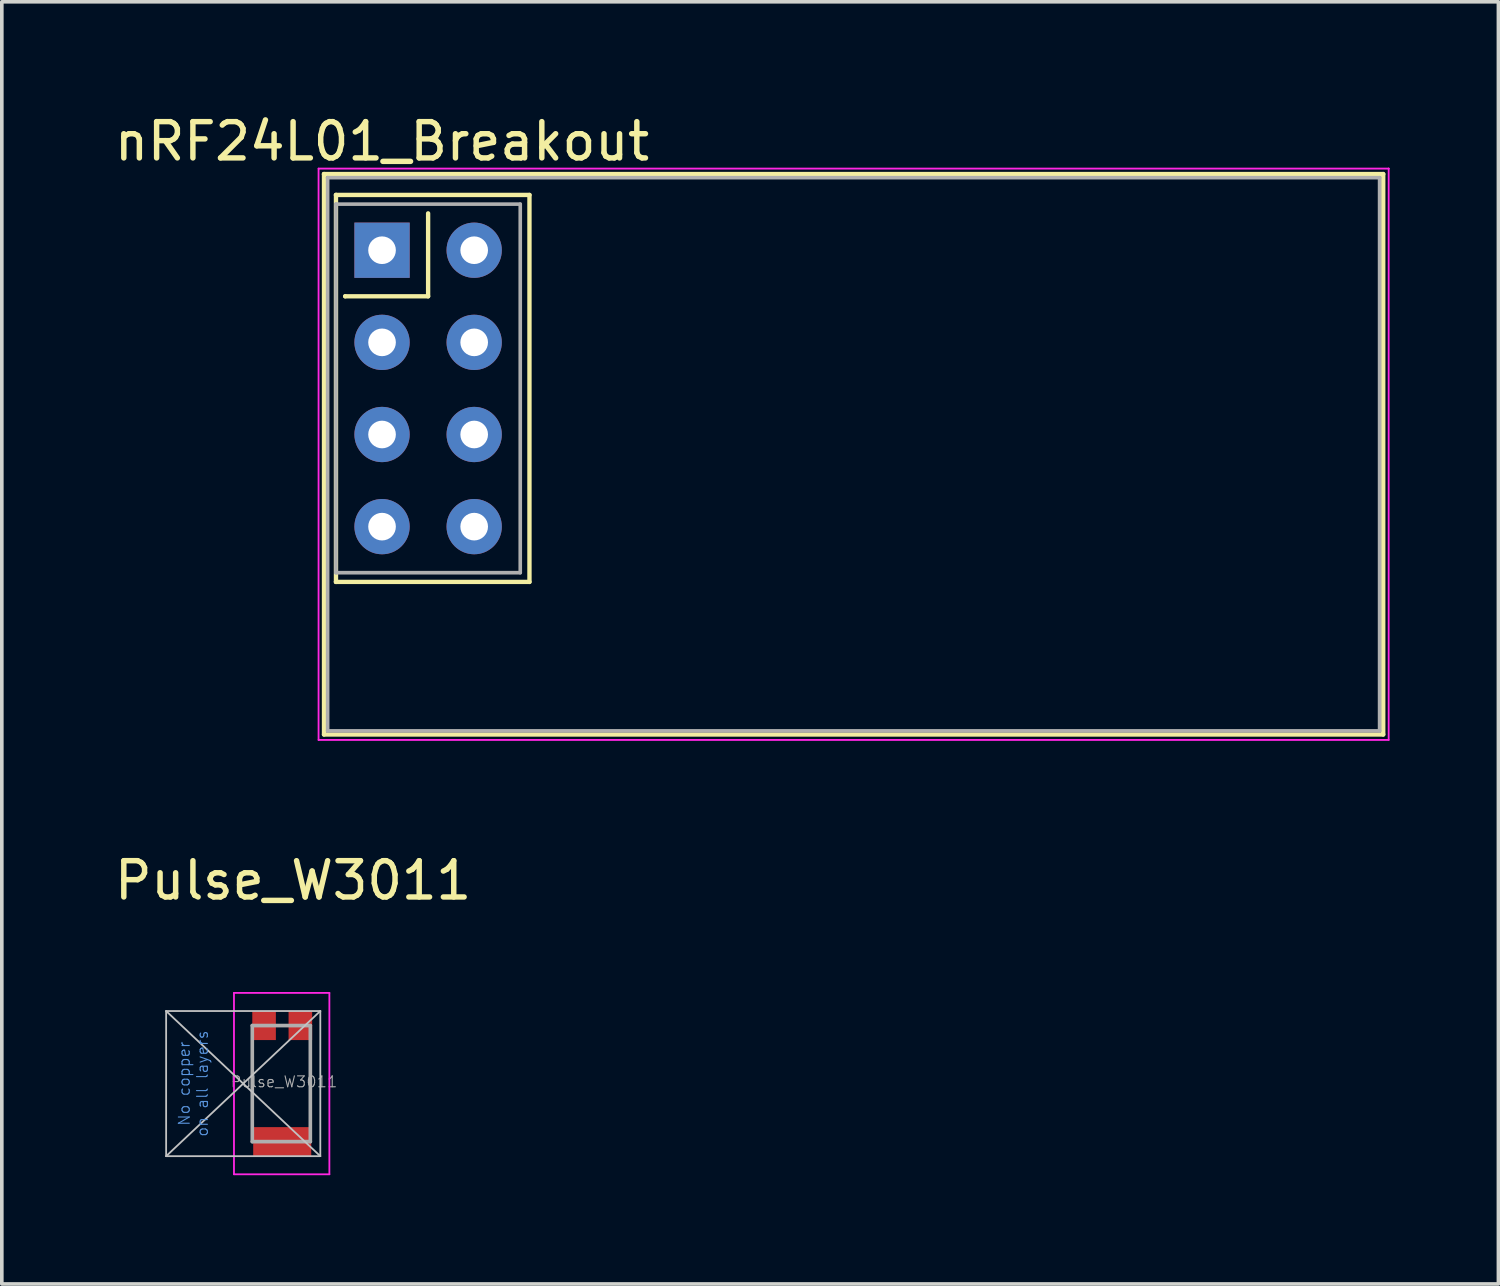
<source format=kicad_pcb>
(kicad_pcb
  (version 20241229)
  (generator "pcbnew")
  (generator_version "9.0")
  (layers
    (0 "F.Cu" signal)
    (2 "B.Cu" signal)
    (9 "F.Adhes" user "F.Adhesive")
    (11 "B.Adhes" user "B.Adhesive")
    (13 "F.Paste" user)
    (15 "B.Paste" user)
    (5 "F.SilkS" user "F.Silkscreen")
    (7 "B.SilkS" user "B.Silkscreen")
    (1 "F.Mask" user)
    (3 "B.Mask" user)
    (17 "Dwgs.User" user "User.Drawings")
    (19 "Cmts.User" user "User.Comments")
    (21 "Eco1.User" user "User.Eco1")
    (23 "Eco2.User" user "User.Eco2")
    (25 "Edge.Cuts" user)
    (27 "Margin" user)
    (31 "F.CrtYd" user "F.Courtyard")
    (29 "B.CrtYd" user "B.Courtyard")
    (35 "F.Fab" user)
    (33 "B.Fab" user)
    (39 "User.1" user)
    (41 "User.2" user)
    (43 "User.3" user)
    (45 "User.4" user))
  (footprint "nRF24L01_Breakout"
    (layer "F.Cu")
    (at 7.482 3.848)
    (property "Reference" "nRF24L01_Breakout" (at 0 -3 0) (layer "F.SilkS") (effects (font (size 1 1) (thickness 0.15))))
    (attr through_hole)
    (fp_line (start -1.6 -2.1) (end -1.6 -2.1) (stroke (width 0.12) (type solid)) (layer "F.SilkS"))
    (fp_line (start -1.6 -2.1) (end 27.6 -2.1) (stroke (width 0.12) (type solid)) (layer "F.SilkS"))
    (fp_line (start -1.6 13.35) (end -1.6 -2.1) (stroke (width 0.12) (type solid)) (layer "F.SilkS"))
    (fp_line (start -1.27 -1.524) (end -1.27 -1.524) (stroke (width 0.12) (type solid)) (layer "F.SilkS"))
    (fp_line (start -1.27 -1.524) (end 4.064 -1.524) (stroke (width 0.12) (type solid)) (layer "F.SilkS"))
    (fp_line (start -1.27 9.144) (end -1.27 -1.524) (stroke (width 0.12) (type solid)) (layer "F.SilkS"))
    (fp_line (start -1.27 9.144) (end -1.27 9.144) (stroke (width 0.12) (type solid)) (layer "F.SilkS"))
    (fp_line (start -1.016 1.27) (end -1.016 1.27) (stroke (width 0.12) (type solid)) (layer "F.SilkS"))
    (fp_line (start 1.27 -1.016) (end 1.27 1.27) (stroke (width 0.12) (type solid)) (layer "F.SilkS"))
    (fp_line (start 1.27 1.27) (end -1.016 1.27) (stroke (width 0.12) (type solid)) (layer "F.SilkS"))
    (fp_line (start 4.064 -1.524) (end 4.064 9.144) (stroke (width 0.12) (type solid)) (layer "F.SilkS"))
    (fp_line (start 4.064 9.144) (end -1.27 9.144) (stroke (width 0.12) (type solid)) (layer "F.SilkS"))
    (fp_line (start 27.6 -2.1) (end 27.6 13.35) (stroke (width 0.12) (type solid)) (layer "F.SilkS"))
    (fp_line (start 27.6 13.35) (end -1.6 13.35) (stroke (width 0.12) (type solid)) (layer "F.SilkS"))
    (fp_line (start -1.75 -2.25) (end -1.75 13.5) (stroke (width 0.05) (type solid)) (layer "F.CrtYd"))
    (fp_line (start -1.75 13.5) (end 27.75 13.5) (stroke (width 0.05) (type solid)) (layer "F.CrtYd"))
    (fp_line (start 27.75 -2.25) (end -1.75 -2.25) (stroke (width 0.05) (type solid)) (layer "F.CrtYd"))
    (fp_line (start 27.75 -2.25) (end 27.75 -2.25) (stroke (width 0.05) (type solid)) (layer "F.CrtYd"))
    (fp_line (start 27.75 13.5) (end 27.75 -2.25) (stroke (width 0.05) (type solid)) (layer "F.CrtYd"))
    (fp_line (start -1.5 -2) (end -1.5 -2) (stroke (width 0.1) (type solid)) (layer "F.Fab"))
    (fp_line (start -1.5 -2) (end 27.5 -2) (stroke (width 0.1) (type solid)) (layer "F.Fab"))
    (fp_line (start -1.5 13.25) (end -1.5 -2) (stroke (width 0.1) (type solid)) (layer "F.Fab"))
    (fp_line (start -1.27 -1.27) (end -1.27 -1.27) (stroke (width 0.1) (type solid)) (layer "F.Fab"))
    (fp_line (start -1.27 -1.27) (end 3.81 -1.27) (stroke (width 0.1) (type solid)) (layer "F.Fab"))
    (fp_line (start -1.27 8.89) (end -1.27 -1.27) (stroke (width 0.1) (type solid)) (layer "F.Fab"))
    (fp_line (start 3.81 -1.27) (end 3.81 8.89) (stroke (width 0.1) (type solid)) (layer "F.Fab"))
    (fp_line (start 3.81 8.89) (end -1.27 8.89) (stroke (width 0.1) (type solid)) (layer "F.Fab"))
    (fp_line (start 27.5 -2) (end 27.5 13.25) (stroke (width 0.1) (type solid)) (layer "F.Fab"))
    (fp_line (start 27.5 13.25) (end -1.5 13.25) (stroke (width 0.1) (type solid)) (layer "F.Fab"))
    (pad "1" thru_hole rect (at 0 0) (size 1.524 1.524) (drill 0.762) (layers "*.Cu" "*.Mask"))
    (pad "2" thru_hole circle (at 2.54 0) (size 1.524 1.524) (drill 0.762) (layers "*.Cu" "*.Mask"))
    (pad "3" thru_hole circle (at 0 2.54) (size 1.524 1.524) (drill 0.762) (layers "*.Cu" "*.Mask"))
    (pad "4" thru_hole circle (at 2.54 2.54) (size 1.524 1.524) (drill 0.762) (layers "*.Cu" "*.Mask"))
    (pad "5" thru_hole circle (at 0 5.08) (size 1.524 1.524) (drill 0.762) (layers "*.Cu" "*.Mask"))
    (pad "6" thru_hole circle (at 2.54 5.08) (size 1.524 1.524) (drill 0.762) (layers "*.Cu" "*.Mask"))
    (pad "7" thru_hole circle (at 0 7.62) (size 1.524 1.524) (drill 0.762) (layers "*.Cu" "*.Mask"))
    (pad "8" thru_hole circle (at 2.54 7.62) (size 1.524 1.524) (drill 0.762) (layers "*.Cu" "*.Mask")))
  (footprint "Pulse_W3011"
    (layer "F.Cu")
    (at 4.73 26.822)
    (property "Reference" "Pulse_W3011" (at 0.3 -5.6 0) (layer "F.SilkS") (effects (font (size 1 1) (thickness 0.15))))
    (attr smd)
    (fp_line (start -3.2 -2) (end -3.2 2) (stroke (width 0.05) (type solid)) (layer "Dwgs.User"))
    (fp_line (start -3.2 -2) (end 1.05 2) (stroke (width 0.05) (type solid)) (layer "Dwgs.User"))
    (fp_line (start -3.2 2) (end 1.05 2) (stroke (width 0.05) (type solid)) (layer "Dwgs.User"))
    (fp_line (start 1.05 -2) (end -3.2 -2) (stroke (width 0.05) (type solid)) (layer "Dwgs.User"))
    (fp_line (start 1.05 -2) (end -3.2 2) (stroke (width 0.05) (type solid)) (layer "Dwgs.User"))
    (fp_line (start 1.05 2) (end 1.05 -2) (stroke (width 0.05) (type solid)) (layer "Dwgs.User"))
    (fp_line (start -1.33 -2.5) (end -1.33 2.5) (stroke (width 0.05) (type solid)) (layer "F.CrtYd"))
    (fp_line (start -1.33 -2.5) (end 1.3 -2.5) (stroke (width 0.05) (type solid)) (layer "F.CrtYd"))
    (fp_line (start -1.33 2.5) (end 1.3 2.5) (stroke (width 0.05) (type solid)) (layer "F.CrtYd"))
    (fp_line (start 1.3 -2.5) (end 1.3 2.5) (stroke (width 0.05) (type solid)) (layer "F.CrtYd"))
    (fp_line (start -0.825 -1.6) (end 0.775 -1.6) (stroke (width 0.1) (type solid)) (layer "F.Fab"))
    (fp_line (start -0.825 1.6) (end -0.825 -1.6) (stroke (width 0.1) (type solid)) (layer "F.Fab"))
    (fp_line (start -0.825 1.6) (end 0.775 1.6) (stroke (width 0.1) (type solid)) (layer "F.Fab"))
    (fp_line (start 0.775 1.6) (end 0.775 -1.6) (stroke (width 0.1) (type solid)) (layer "F.Fab"))
    (fp_text user "on all layers" (at -2.2 0 90) (layer "Cmts.User") (effects (font (size 0.3 0.3) (thickness 0.03))))
    (fp_text user "No copper" (at -2.7 0 90) (layer "Cmts.User") (effects (font (size 0.3 0.3) (thickness 0.03))))
    (fp_text user "${REFERENCE}" (at 0.05 -0.05 0) (layer "F.Fab") (effects (font (size 0.3 0.3) (thickness 0.03))))
    (pad "1" smd trapezoid (at -0.5 -1.6 90) (size 0.8 0.65) (layers "F.Cu" "F.Mask" "F.Paste"))
    (pad "2" smd trapezoid (at 0 1.6 90) (size 0.8 1.6) (layers "F.Cu" "F.Mask" "F.Paste"))
    (pad "2" smd trapezoid (at 0.5 -1.6 90) (size 0.8 0.65) (layers "F.Cu" "F.Mask" "F.Paste")))
  (gr_rect
    (start -3 -3)
    (end 38.257 32.346)
    (stroke (width 0.1) (type default))
    (fill no)
    (layer "Edge.Cuts")))
</source>
